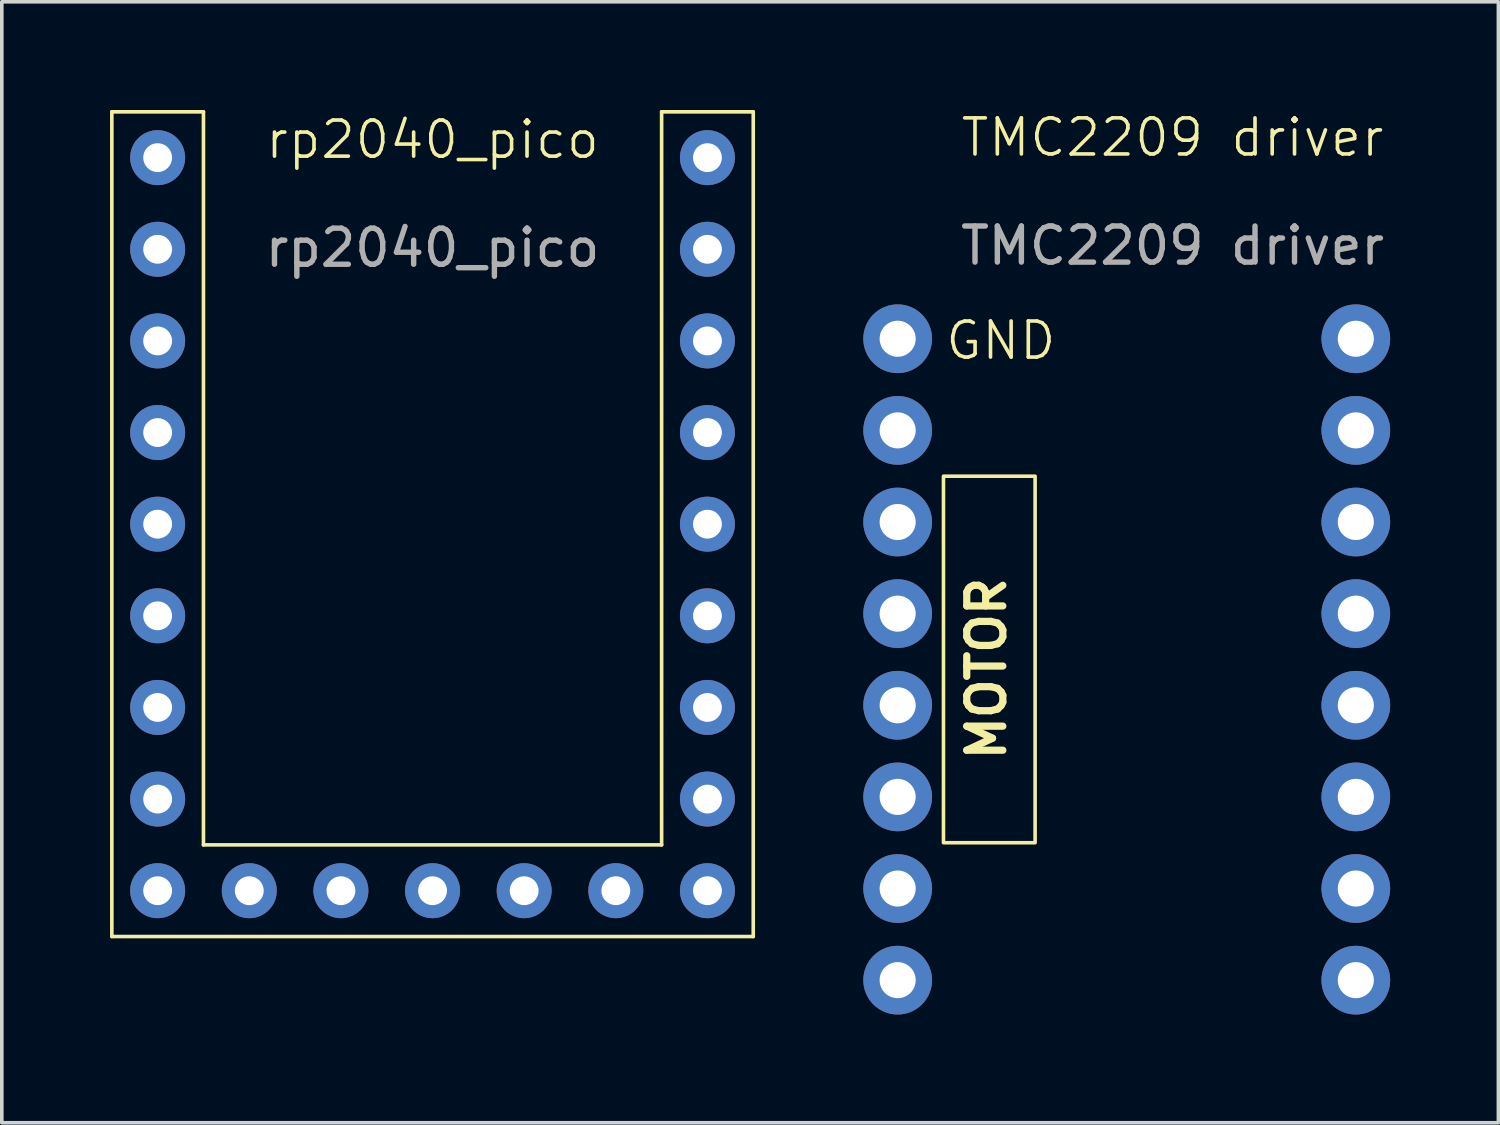
<source format=kicad_pcb>
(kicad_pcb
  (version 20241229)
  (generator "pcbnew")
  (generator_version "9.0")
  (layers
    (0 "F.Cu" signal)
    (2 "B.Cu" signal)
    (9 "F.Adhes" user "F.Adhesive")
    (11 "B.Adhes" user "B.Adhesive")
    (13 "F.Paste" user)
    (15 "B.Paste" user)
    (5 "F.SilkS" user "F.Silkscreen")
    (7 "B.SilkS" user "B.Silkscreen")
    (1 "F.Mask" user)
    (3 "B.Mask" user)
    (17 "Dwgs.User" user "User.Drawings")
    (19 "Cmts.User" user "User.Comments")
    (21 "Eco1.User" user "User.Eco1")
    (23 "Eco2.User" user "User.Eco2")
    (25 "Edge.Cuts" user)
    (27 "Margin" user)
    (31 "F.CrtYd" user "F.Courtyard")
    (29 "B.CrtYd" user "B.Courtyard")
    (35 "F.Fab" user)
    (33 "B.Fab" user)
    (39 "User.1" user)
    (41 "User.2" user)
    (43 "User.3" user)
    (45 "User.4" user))
  (footprint "rp2040_pico"
    (layer "F.Cu")
    (at 8.94 1.32)
    (property "Reference" "rp2040_pico" (at 0 -0.5 0) (unlocked yes) (layer "F.SilkS") (effects (font (size 1 1) (thickness 0.1))))
    (attr through_hole)
    (fp_line (start -8.89 -1.27) (end -6.35 -1.27) (stroke (width 0.1) (type default)) (layer "F.SilkS"))
    (fp_line (start -8.89 21.59) (end -8.89 -1.27) (stroke (width 0.1) (type default)) (layer "F.SilkS"))
    (fp_line (start -6.35 -1.27) (end -6.35 19.05) (stroke (width 0.1) (type default)) (layer "F.SilkS"))
    (fp_line (start -6.35 19.05) (end 6.35 19.05) (stroke (width 0.1) (type default)) (layer "F.SilkS"))
    (fp_line (start 6.35 -1.27) (end 8.89 -1.27) (stroke (width 0.1) (type default)) (layer "F.SilkS"))
    (fp_line (start 6.35 19.05) (end 6.35 -1.27) (stroke (width 0.1) (type default)) (layer "F.SilkS"))
    (fp_line (start 8.89 -1.27) (end 8.89 21.59) (stroke (width 0.1) (type default)) (layer "F.SilkS"))
    (fp_line (start 8.89 21.59) (end -8.89 21.59) (stroke (width 0.1) (type default)) (layer "F.SilkS"))
    (fp_text user "${REFERENCE}" (at 0 2.5 0) (unlocked yes) (layer "F.Fab") (effects (font (size 1 1) (thickness 0.15))))
    (pad "1" thru_hole circle (at -7.62 0) (size 1.524 1.524) (drill 0.8) (layers "*.Cu" "*.Mask"))
    (pad "2" thru_hole circle (at -7.62 2.54) (size 1.524 1.524) (drill 0.8) (layers "*.Cu" "*.Mask"))
    (pad "3" thru_hole circle (at -7.62 5.08) (size 1.524 1.524) (drill 0.8) (layers "*.Cu" "*.Mask"))
    (pad "4" thru_hole circle (at -7.62 7.62) (size 1.524 1.524) (drill 0.8) (layers "*.Cu" "*.Mask"))
    (pad "5" thru_hole circle (at -7.62 10.16) (size 1.524 1.524) (drill 0.8) (layers "*.Cu" "*.Mask"))
    (pad "6" thru_hole circle (at -7.62 12.7) (size 1.524 1.524) (drill 0.8) (layers "*.Cu" "*.Mask"))
    (pad "7" thru_hole circle (at -7.62 15.24) (size 1.524 1.524) (drill 0.8) (layers "*.Cu" "*.Mask"))
    (pad "8" thru_hole circle (at -7.62 17.78) (size 1.524 1.524) (drill 0.8) (layers "*.Cu" "*.Mask"))
    (pad "9" thru_hole circle (at -7.62 20.32) (size 1.524 1.524) (drill 0.8) (layers "*.Cu" "*.Mask"))
    (pad "10" thru_hole circle (at -5.08 20.32) (size 1.524 1.524) (drill 0.8) (layers "*.Cu" "*.Mask"))
    (pad "11" thru_hole circle (at -2.54 20.32) (size 1.524 1.524) (drill 0.8) (layers "*.Cu" "*.Mask"))
    (pad "12" thru_hole circle (at 0 20.32) (size 1.524 1.524) (drill 0.8) (layers "*.Cu" "*.Mask"))
    (pad "13" thru_hole circle (at 2.54 20.32) (size 1.524 1.524) (drill 0.8) (layers "*.Cu" "*.Mask"))
    (pad "14" thru_hole circle (at 5.08 20.32) (size 1.524 1.524) (drill 0.8) (layers "*.Cu" "*.Mask"))
    (pad "15" thru_hole circle (at 7.62 20.32) (size 1.524 1.524) (drill 0.8) (layers "*.Cu" "*.Mask"))
    (pad "16" thru_hole circle (at 7.62 17.78) (size 1.524 1.524) (drill 0.8) (layers "*.Cu" "*.Mask"))
    (pad "17" thru_hole circle (at 7.62 15.24) (size 1.524 1.524) (drill 0.8) (layers "*.Cu" "*.Mask"))
    (pad "18" thru_hole circle (at 7.62 12.7) (size 1.524 1.524) (drill 0.8) (layers "*.Cu" "*.Mask"))
    (pad "19" thru_hole circle (at 7.62 10.16) (size 1.524 1.524) (drill 0.8) (layers "*.Cu" "*.Mask"))
    (pad "20" thru_hole circle (at 7.62 7.62) (size 1.524 1.524) (drill 0.8) (layers "*.Cu" "*.Mask"))
    (pad "21" thru_hole circle (at 7.62 5.08) (size 1.524 1.524) (drill 0.8) (layers "*.Cu" "*.Mask"))
    (pad "22" thru_hole circle (at 7.62 2.54) (size 1.524 1.524) (drill 0.8) (layers "*.Cu" "*.Mask"))
    (pad "23" thru_hole circle (at 7.62 0) (size 1.524 1.524) (drill 0.8) (layers "*.Cu" "*.Mask")))
  (footprint "TMC2209 driver"
    (layer "F.Cu")
    (at 29.453 1.26)
    (property "Reference" "TMC2209 driver" (at 0 -0.5 0) (unlocked yes) (layer "F.SilkS") (effects (font (size 1 1) (thickness 0.1))))
    (attr smd)
    (fp_rect (start -6.35 8.89) (end -3.81 19.05) (stroke (width 0.1) (type default)) (fill no) (layer "F.SilkS"))
    (fp_text user "MOTOR" (at -4.572 14.224 90) (unlocked yes) (layer "F.SilkS") (effects (font (size 1 1) (thickness 0.2) (bold yes)) (justify bottom)))
    (fp_text user "GND" (at -6.35 5.715 0) (unlocked yes) (layer "F.SilkS") (effects (font (size 1 1) (thickness 0.1)) (justify left bottom)))
    (fp_text user "${REFERENCE}" (at 0 2.5 0) (unlocked yes) (layer "F.Fab") (effects (font (size 1 1) (thickness 0.15))))
    (pad "1" thru_hole circle (at -7.62 5.08) (size 1.905 1.905) (drill 1) (layers "*.Cu" "*.Mask"))
    (pad "2" thru_hole circle (at -7.62 7.62) (size 1.905 1.905) (drill 1) (layers "*.Cu" "*.Mask"))
    (pad "3" thru_hole circle (at -7.62 10.16) (size 1.905 1.905) (drill 1) (layers "*.Cu" "*.Mask"))
    (pad "4" thru_hole circle (at -7.62 12.7) (size 1.905 1.905) (drill 1) (layers "*.Cu" "*.Mask"))
    (pad "5" thru_hole circle (at -7.62 15.24) (size 1.905 1.905) (drill 1) (layers "*.Cu" "*.Mask"))
    (pad "6" thru_hole circle (at -7.62 17.78) (size 1.905 1.905) (drill 1) (layers "*.Cu" "*.Mask"))
    (pad "7" thru_hole circle (at -7.62 20.32) (size 1.905 1.905) (drill 1) (layers "*.Cu" "*.Mask"))
    (pad "8" thru_hole circle (at -7.62 22.86) (size 1.905 1.905) (drill 1) (layers "*.Cu" "*.Mask"))
    (pad "9" thru_hole circle (at 5.08 22.86) (size 1.905 1.905) (drill 1) (layers "*.Cu" "*.Mask"))
    (pad "10" thru_hole circle (at 5.08 20.32) (size 1.905 1.905) (drill 1) (layers "*.Cu" "*.Mask"))
    (pad "11" thru_hole circle (at 5.08 17.78) (size 1.905 1.905) (drill 1) (layers "*.Cu" "*.Mask"))
    (pad "12" thru_hole circle (at 5.08 15.24) (size 1.905 1.905) (drill 1) (layers "*.Cu" "*.Mask"))
    (pad "13" thru_hole circle (at 5.08 12.7) (size 1.905 1.905) (drill 1) (layers "*.Cu" "*.Mask"))
    (pad "14" thru_hole circle (at 5.08 10.16) (size 1.905 1.905) (drill 1) (layers "*.Cu" "*.Mask"))
    (pad "15" thru_hole circle (at 5.08 7.62) (size 1.905 1.905) (drill 1) (layers "*.Cu" "*.Mask"))
    (pad "16" thru_hole circle (at 5.08 5.08) (size 1.905 1.905) (drill 1) (layers "*.Cu" "*.Mask")))
  (gr_rect
    (start -3 -3)
    (end 38.485 28.073)
    (stroke (width 0.1) (type default))
    (fill no)
    (layer "Edge.Cuts")))
</source>
